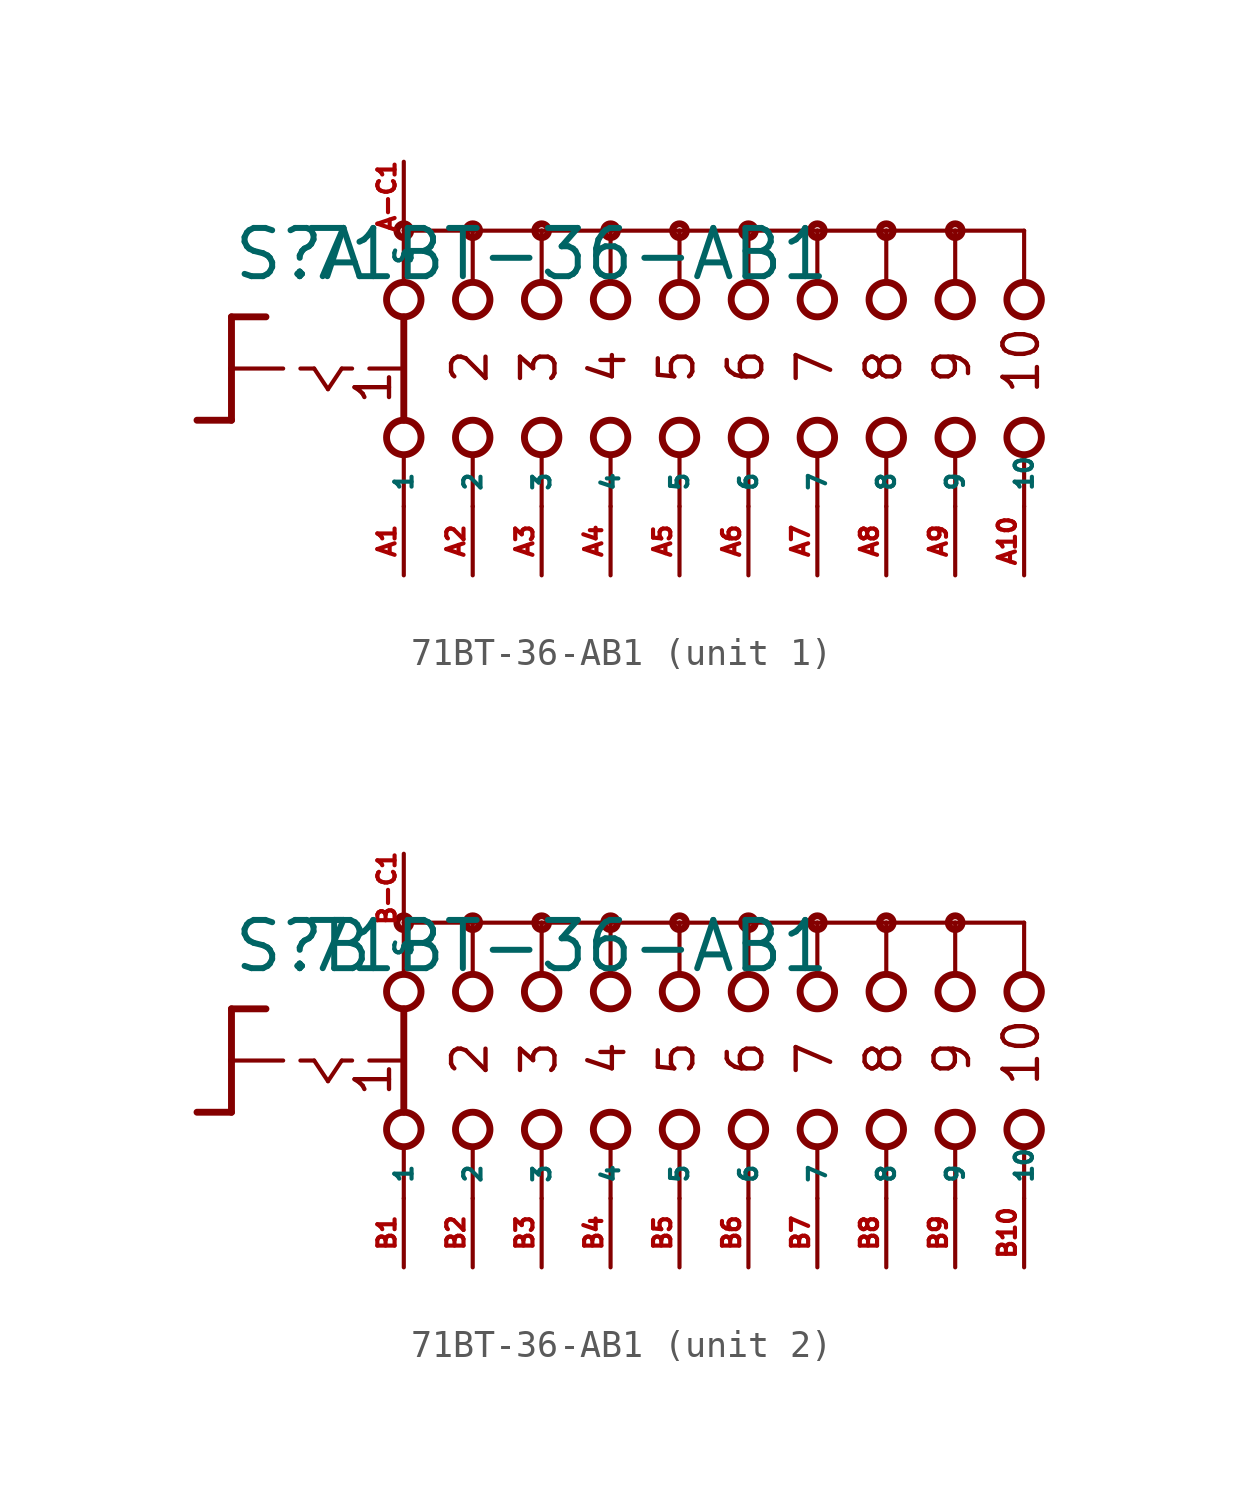
<source format=kicad_sym>
(kicad_symbol_lib
  (version 20220914)
  (generator Eagle2Kicad)
  (symbol "71BT-36-AB1"
    (property "Reference" "S"
      (at -16.51 3.175 0)
      (effects (font (size 1.778 1.778) (thickness 0.22)) (justify left bottom)))
    (property "Value" "71BT-36-AB1"
      (at -13.97 3.175 0)
      (effects (font (size 1.778 1.778) (thickness 0.22)) (justify left bottom)))
    (symbol "71BT-36-AB1_1_0"
      (polyline (pts (xy -16.51 1.905) (xy -15.24 1.905)) (stroke (width 0.254) (type default)) (fill (type none)))
      (polyline (pts (xy -16.51 1.905) (xy -16.51 0)) (stroke (width 0.254) (type default)) (fill (type none)))
      (polyline (pts (xy -16.51 -1.905) (xy -17.78 -1.905)) (stroke (width 0.254) (type default)) (fill (type none)))
      (polyline (pts (xy -16.51 0) (xy -14.605 0)) (stroke (width 0.152) (type default)) (fill (type none)))
      (polyline (pts (xy -16.51 0) (xy -16.51 -1.905)) (stroke (width 0.254) (type default)) (fill (type none)))
      (polyline (pts (xy -13.97 0) (xy -13.462 0)) (stroke (width 0.152) (type default)) (fill (type none)))
      (polyline (pts (xy -12.446 0) (xy -12.065 0)) (stroke (width 0.152) (type default)) (fill (type none)))
      (polyline (pts (xy -11.43 0) (xy -10.287 0)) (stroke (width 0.152) (type default)) (fill (type none)))
      (polyline (pts (xy -13.462 0) (xy -12.954 -0.762)) (stroke (width 0.152) (type default)) (fill (type none)))
      (polyline (pts (xy -12.954 -0.762) (xy -12.446 0)) (stroke (width 0.152) (type default)) (fill (type none)))
      (polyline (pts (xy -7.62 3.175) (xy -7.62 5.08)) (stroke (width 0.152) (type default)) (fill (type none)))
      (polyline (pts (xy -5.08 3.175) (xy -5.08 5.08)) (stroke (width 0.152) (type default)) (fill (type none)))
      (polyline (pts (xy -2.54 3.175) (xy -2.54 5.08)) (stroke (width 0.152) (type default)) (fill (type none)))
      (polyline (pts (xy -7.62 -5.08) (xy -7.62 -3.175)) (stroke (width 0.152) (type default)) (fill (type none)))
      (polyline (pts (xy -5.08 -5.08) (xy -5.08 -3.175)) (stroke (width 0.152) (type default)) (fill (type none)))
      (polyline (pts (xy -2.54 -5.08) (xy -2.54 -3.175)) (stroke (width 0.152) (type default)) (fill (type none)))
      (polyline (pts (xy -5.08 5.08) (xy -7.62 5.08)) (stroke (width 0.152) (type default)) (fill (type none)))
      (polyline (pts (xy -5.08 5.08) (xy -2.54 5.08)) (stroke (width 0.152) (type default)) (fill (type none)))
      (polyline (pts (xy 0 -5.08) (xy 0 -3.175)) (stroke (width 0.152) (type default)) (fill (type none)))
      (polyline (pts (xy 2.54 -5.08) (xy 2.54 -3.175)) (stroke (width 0.152) (type default)) (fill (type none)))
      (polyline (pts (xy 0 3.175) (xy 0 5.08)) (stroke (width 0.152) (type default)) (fill (type none)))
      (polyline (pts (xy 2.54 3.175) (xy 2.54 5.08)) (stroke (width 0.152) (type default)) (fill (type none)))
      (polyline (pts (xy -2.54 5.08) (xy 0 5.08)) (stroke (width 0.152) (type default)) (fill (type none)))
      (polyline (pts (xy 0 5.08) (xy 2.54 5.08)) (stroke (width 0.152) (type default)) (fill (type none)))
      (polyline (pts (xy -10.16 5.08) (xy -10.16 3.175)) (stroke (width 0.152) (type default)) (fill (type none)))
      (polyline (pts (xy -10.16 1.905) (xy -10.16 -1.905)) (stroke (width 0.254) (type default)) (fill (type none)))
      (polyline (pts (xy -10.16 -3.175) (xy -10.16 -5.08)) (stroke (width 0.152) (type default)) (fill (type none)))
      (polyline (pts (xy -7.62 5.08) (xy -10.16 5.08)) (stroke (width 0.152) (type default)) (fill (type none)))
      (polyline (pts (xy 2.54 5.08) (xy 5.08 5.08)) (stroke (width 0.152) (type default)) (fill (type none)))
      (polyline (pts (xy 5.08 3.175) (xy 5.08 5.08)) (stroke (width 0.152) (type default)) (fill (type none)))
      (polyline (pts (xy 5.08 -5.08) (xy 5.08 -3.175)) (stroke (width 0.152) (type default)) (fill (type none)))
      (polyline (pts (xy 7.62 3.175) (xy 7.62 5.08)) (stroke (width 0.152) (type default)) (fill (type none)))
      (polyline (pts (xy 10.16 3.175) (xy 10.16 5.08)) (stroke (width 0.152) (type default)) (fill (type none)))
      (polyline (pts (xy 12.7 3.175) (xy 12.7 5.08)) (stroke (width 0.152) (type default)) (fill (type none)))
      (polyline (pts (xy 5.08 5.08) (xy 7.62 5.08)) (stroke (width 0.152) (type default)) (fill (type none)))
      (polyline (pts (xy 7.62 5.08) (xy 10.16 5.08)) (stroke (width 0.152) (type default)) (fill (type none)))
      (polyline (pts (xy 10.16 5.08) (xy 12.7 5.08)) (stroke (width 0.152) (type default)) (fill (type none)))
      (polyline (pts (xy 7.62 -5.08) (xy 7.62 -3.175)) (stroke (width 0.152) (type default)) (fill (type none)))
      (polyline (pts (xy 10.16 -5.08) (xy 10.16 -3.175)) (stroke (width 0.152) (type default)) (fill (type none)))
      (polyline (pts (xy 12.7 -5.08) (xy 12.7 -3.175)) (stroke (width 0.152) (type default)) (fill (type none)))
      (text "1" (at -10.541 -1.397 900) (effects (font (size 1.27 1.27) (thickness 0.16)) (justify left bottom)))
      (text "2" (at -6.985 -0.635 900) (effects (font (size 1.27 1.27) (thickness 0.16)) (justify left bottom)))
      (text "3" (at -4.445 -0.635 900) (effects (font (size 1.27 1.27) (thickness 0.16)) (justify left bottom)))
      (text "4" (at -1.905 -0.635 900) (effects (font (size 1.27 1.27) (thickness 0.16)) (justify left bottom)))
      (text "5" (at 0.635 -0.635 900) (effects (font (size 1.27 1.27) (thickness 0.16)) (justify left bottom)))
      (text "6" (at 3.175 -0.635 900) (effects (font (size 1.27 1.27) (thickness 0.16)) (justify left bottom)))
      (text "7" (at 5.715 -0.635 900) (effects (font (size 1.27 1.27) (thickness 0.16)) (justify left bottom)))
      (text "8" (at 8.255 -0.635 900) (effects (font (size 1.27 1.27) (thickness 0.16)) (justify left bottom)))
      (text "9" (at 10.795 -0.635 900) (effects (font (size 1.27 1.27) (thickness 0.16)) (justify left bottom)))
      (text "10" (at 13.335 -1.016 900) (effects (font (size 1.27 1.27) (thickness 0.16)) (justify left bottom)))
      (circle (center -5.08 5.08) (radius 0.254) (stroke (width 0.254) (type default)) (fill (type none)))
      (circle (center -2.54 5.08) (radius 0.254) (stroke (width 0.254) (type default)) (fill (type none)))
      (circle (center 2.54 5.08) (radius 0.254) (stroke (width 0.254) (type default)) (fill (type none)))
      (circle (center -10.16 5.08) (radius 0.254) (stroke (width 0.254) (type default)) (fill (type none)))
      (circle (center -7.62 5.08) (radius 0.254) (stroke (width 0.254) (type default)) (fill (type none)))
      (circle (center -10.16 2.54) (radius 0.635) (stroke (width 0.254) (type default)) (fill (type none)))
      (circle (center -7.62 2.54) (radius 0.635) (stroke (width 0.254) (type default)) (fill (type none)))
      (circle (center -5.08 2.54) (radius 0.635) (stroke (width 0.254) (type default)) (fill (type none)))
      (circle (center -10.16 -2.54) (radius 0.635) (stroke (width 0.254) (type default)) (fill (type none)))
      (circle (center -7.62 -2.54) (radius 0.635) (stroke (width 0.254) (type default)) (fill (type none)))
      (circle (center -5.08 -2.54) (radius 0.635) (stroke (width 0.254) (type default)) (fill (type none)))
      (circle (center 0 5.08) (radius 0.254) (stroke (width 0.254) (type default)) (fill (type none)))
      (circle (center -2.54 2.54) (radius 0.635) (stroke (width 0.254) (type default)) (fill (type none)))
      (circle (center 0 2.54) (radius 0.635) (stroke (width 0.254) (type default)) (fill (type none)))
      (circle (center -2.54 -2.54) (radius 0.635) (stroke (width 0.254) (type default)) (fill (type none)))
      (circle (center 0 -2.54) (radius 0.635) (stroke (width 0.254) (type default)) (fill (type none)))
      (circle (center 2.54 2.54) (radius 0.635) (stroke (width 0.254) (type default)) (fill (type none)))
      (circle (center 2.54 -2.54) (radius 0.635) (stroke (width 0.254) (type default)) (fill (type none)))
      (circle (center 5.08 5.08) (radius 0.254) (stroke (width 0.254) (type default)) (fill (type none)))
      (circle (center 5.08 2.54) (radius 0.635) (stroke (width 0.254) (type default)) (fill (type none)))
      (circle (center 5.08 -2.54) (radius 0.635) (stroke (width 0.254) (type default)) (fill (type none)))
      (circle (center 7.62 2.54) (radius 0.635) (stroke (width 0.254) (type default)) (fill (type none)))
      (circle (center 10.16 2.54) (radius 0.635) (stroke (width 0.254) (type default)) (fill (type none)))
      (circle (center 12.7 2.54) (radius 0.635) (stroke (width 0.254) (type default)) (fill (type none)))
      (circle (center 7.62 5.08) (radius 0.254) (stroke (width 0.254) (type default)) (fill (type none)))
      (circle (center 10.16 5.08) (radius 0.254) (stroke (width 0.254) (type default)) (fill (type none)))
      (circle (center 7.62 -2.54) (radius 0.635) (stroke (width 0.254) (type default)) (fill (type none)))
      (circle (center 10.16 -2.54) (radius 0.635) (stroke (width 0.254) (type default)) (fill (type none)))
      (circle (center 12.7 -2.54) (radius 0.635) (stroke (width 0.254) (type default)) (fill (type none)))
      (pin passive line (at -10.16 -7.62 90) (length 2.54) (name "1" (effects (font (size 0.635 0.635) (thickness 0.08)) (justify left bottom))) (number "A1" (effects (font (size 0.635 0.635) (thickness 0.08)) (justify left bottom))))
      (pin passive line (at -10.16 7.62 270) (length 2.54) (name "S" (effects (font (size 0.635 0.635) (thickness 0.08)) (justify left bottom))) (number "A-C1" (effects (font (size 0.635 0.635) (thickness 0.08)) (justify left bottom))))
      (pin passive line (at -7.62 -7.62 90) (length 2.54) (name "2" (effects (font (size 0.635 0.635) (thickness 0.08)) (justify left bottom))) (number "A2" (effects (font (size 0.635 0.635) (thickness 0.08)) (justify left bottom))))
      (pin passive line (at -5.08 -7.62 90) (length 2.54) (name "3" (effects (font (size 0.635 0.635) (thickness 0.08)) (justify left bottom))) (number "A3" (effects (font (size 0.635 0.635) (thickness 0.08)) (justify left bottom))))
      (pin passive line (at -2.54 -7.62 90) (length 2.54) (name "4" (effects (font (size 0.635 0.635) (thickness 0.08)) (justify left bottom))) (number "A4" (effects (font (size 0.635 0.635) (thickness 0.08)) (justify left bottom))))
      (pin passive line (at 0 -7.62 90) (length 2.54) (name "5" (effects (font (size 0.635 0.635) (thickness 0.08)) (justify left bottom))) (number "A5" (effects (font (size 0.635 0.635) (thickness 0.08)) (justify left bottom))))
      (pin passive line (at 2.54 -7.62 90) (length 2.54) (name "6" (effects (font (size 0.635 0.635) (thickness 0.08)) (justify left bottom))) (number "A6" (effects (font (size 0.635 0.635) (thickness 0.08)) (justify left bottom))))
      (pin passive line (at 5.08 -7.62 90) (length 2.54) (name "7" (effects (font (size 0.635 0.635) (thickness 0.08)) (justify left bottom))) (number "A7" (effects (font (size 0.635 0.635) (thickness 0.08)) (justify left bottom))))
      (pin passive line (at 7.62 -7.62 90) (length 2.54) (name "8" (effects (font (size 0.635 0.635) (thickness 0.08)) (justify left bottom))) (number "A8" (effects (font (size 0.635 0.635) (thickness 0.08)) (justify left bottom))))
      (pin passive line (at 10.16 -7.62 90) (length 2.54) (name "9" (effects (font (size 0.635 0.635) (thickness 0.08)) (justify left bottom))) (number "A9" (effects (font (size 0.635 0.635) (thickness 0.08)) (justify left bottom))))
      (pin passive line (at 12.7 -7.62 90) (length 2.54) (name "10" (effects (font (size 0.635 0.635) (thickness 0.08)) (justify left bottom))) (number "A10" (effects (font (size 0.635 0.635) (thickness 0.08)) (justify left bottom)))))
    (symbol "71BT-36-AB1_2_0"
      (polyline (pts (xy -16.51 1.905) (xy -15.24 1.905)) (stroke (width 0.254) (type default)) (fill (type none)))
      (polyline (pts (xy -16.51 1.905) (xy -16.51 0)) (stroke (width 0.254) (type default)) (fill (type none)))
      (polyline (pts (xy -16.51 -1.905) (xy -17.78 -1.905)) (stroke (width 0.254) (type default)) (fill (type none)))
      (polyline (pts (xy -16.51 0) (xy -14.605 0)) (stroke (width 0.152) (type default)) (fill (type none)))
      (polyline (pts (xy -16.51 0) (xy -16.51 -1.905)) (stroke (width 0.254) (type default)) (fill (type none)))
      (polyline (pts (xy -13.97 0) (xy -13.462 0)) (stroke (width 0.152) (type default)) (fill (type none)))
      (polyline (pts (xy -12.446 0) (xy -12.065 0)) (stroke (width 0.152) (type default)) (fill (type none)))
      (polyline (pts (xy -11.43 0) (xy -10.287 0)) (stroke (width 0.152) (type default)) (fill (type none)))
      (polyline (pts (xy -13.462 0) (xy -12.954 -0.762)) (stroke (width 0.152) (type default)) (fill (type none)))
      (polyline (pts (xy -12.954 -0.762) (xy -12.446 0)) (stroke (width 0.152) (type default)) (fill (type none)))
      (polyline (pts (xy -7.62 3.175) (xy -7.62 5.08)) (stroke (width 0.152) (type default)) (fill (type none)))
      (polyline (pts (xy -5.08 3.175) (xy -5.08 5.08)) (stroke (width 0.152) (type default)) (fill (type none)))
      (polyline (pts (xy -2.54 3.175) (xy -2.54 5.08)) (stroke (width 0.152) (type default)) (fill (type none)))
      (polyline (pts (xy -7.62 -5.08) (xy -7.62 -3.175)) (stroke (width 0.152) (type default)) (fill (type none)))
      (polyline (pts (xy -5.08 -5.08) (xy -5.08 -3.175)) (stroke (width 0.152) (type default)) (fill (type none)))
      (polyline (pts (xy -2.54 -5.08) (xy -2.54 -3.175)) (stroke (width 0.152) (type default)) (fill (type none)))
      (polyline (pts (xy -5.08 5.08) (xy -7.62 5.08)) (stroke (width 0.152) (type default)) (fill (type none)))
      (polyline (pts (xy -5.08 5.08) (xy -2.54 5.08)) (stroke (width 0.152) (type default)) (fill (type none)))
      (polyline (pts (xy 0 -5.08) (xy 0 -3.175)) (stroke (width 0.152) (type default)) (fill (type none)))
      (polyline (pts (xy 2.54 -5.08) (xy 2.54 -3.175)) (stroke (width 0.152) (type default)) (fill (type none)))
      (polyline (pts (xy 0 3.175) (xy 0 5.08)) (stroke (width 0.152) (type default)) (fill (type none)))
      (polyline (pts (xy 2.54 3.175) (xy 2.54 5.08)) (stroke (width 0.152) (type default)) (fill (type none)))
      (polyline (pts (xy -2.54 5.08) (xy 0 5.08)) (stroke (width 0.152) (type default)) (fill (type none)))
      (polyline (pts (xy 0 5.08) (xy 2.54 5.08)) (stroke (width 0.152) (type default)) (fill (type none)))
      (polyline (pts (xy -10.16 5.08) (xy -10.16 3.175)) (stroke (width 0.152) (type default)) (fill (type none)))
      (polyline (pts (xy -10.16 1.905) (xy -10.16 -1.905)) (stroke (width 0.254) (type default)) (fill (type none)))
      (polyline (pts (xy -10.16 -3.175) (xy -10.16 -5.08)) (stroke (width 0.152) (type default)) (fill (type none)))
      (polyline (pts (xy -7.62 5.08) (xy -10.16 5.08)) (stroke (width 0.152) (type default)) (fill (type none)))
      (polyline (pts (xy 2.54 5.08) (xy 5.08 5.08)) (stroke (width 0.152) (type default)) (fill (type none)))
      (polyline (pts (xy 5.08 3.175) (xy 5.08 5.08)) (stroke (width 0.152) (type default)) (fill (type none)))
      (polyline (pts (xy 5.08 -5.08) (xy 5.08 -3.175)) (stroke (width 0.152) (type default)) (fill (type none)))
      (polyline (pts (xy 7.62 3.175) (xy 7.62 5.08)) (stroke (width 0.152) (type default)) (fill (type none)))
      (polyline (pts (xy 10.16 3.175) (xy 10.16 5.08)) (stroke (width 0.152) (type default)) (fill (type none)))
      (polyline (pts (xy 12.7 3.175) (xy 12.7 5.08)) (stroke (width 0.152) (type default)) (fill (type none)))
      (polyline (pts (xy 5.08 5.08) (xy 7.62 5.08)) (stroke (width 0.152) (type default)) (fill (type none)))
      (polyline (pts (xy 7.62 5.08) (xy 10.16 5.08)) (stroke (width 0.152) (type default)) (fill (type none)))
      (polyline (pts (xy 10.16 5.08) (xy 12.7 5.08)) (stroke (width 0.152) (type default)) (fill (type none)))
      (polyline (pts (xy 7.62 -5.08) (xy 7.62 -3.175)) (stroke (width 0.152) (type default)) (fill (type none)))
      (polyline (pts (xy 10.16 -5.08) (xy 10.16 -3.175)) (stroke (width 0.152) (type default)) (fill (type none)))
      (polyline (pts (xy 12.7 -5.08) (xy 12.7 -3.175)) (stroke (width 0.152) (type default)) (fill (type none)))
      (text "1" (at -10.541 -1.397 900) (effects (font (size 1.27 1.27) (thickness 0.16)) (justify left bottom)))
      (text "2" (at -6.985 -0.635 900) (effects (font (size 1.27 1.27) (thickness 0.16)) (justify left bottom)))
      (text "3" (at -4.445 -0.635 900) (effects (font (size 1.27 1.27) (thickness 0.16)) (justify left bottom)))
      (text "4" (at -1.905 -0.635 900) (effects (font (size 1.27 1.27) (thickness 0.16)) (justify left bottom)))
      (text "5" (at 0.635 -0.635 900) (effects (font (size 1.27 1.27) (thickness 0.16)) (justify left bottom)))
      (text "6" (at 3.175 -0.635 900) (effects (font (size 1.27 1.27) (thickness 0.16)) (justify left bottom)))
      (text "7" (at 5.715 -0.635 900) (effects (font (size 1.27 1.27) (thickness 0.16)) (justify left bottom)))
      (text "8" (at 8.255 -0.635 900) (effects (font (size 1.27 1.27) (thickness 0.16)) (justify left bottom)))
      (text "9" (at 10.795 -0.635 900) (effects (font (size 1.27 1.27) (thickness 0.16)) (justify left bottom)))
      (text "10" (at 13.335 -1.016 900) (effects (font (size 1.27 1.27) (thickness 0.16)) (justify left bottom)))
      (circle (center -5.08 5.08) (radius 0.254) (stroke (width 0.254) (type default)) (fill (type none)))
      (circle (center -2.54 5.08) (radius 0.254) (stroke (width 0.254) (type default)) (fill (type none)))
      (circle (center 2.54 5.08) (radius 0.254) (stroke (width 0.254) (type default)) (fill (type none)))
      (circle (center -10.16 5.08) (radius 0.254) (stroke (width 0.254) (type default)) (fill (type none)))
      (circle (center -7.62 5.08) (radius 0.254) (stroke (width 0.254) (type default)) (fill (type none)))
      (circle (center -10.16 2.54) (radius 0.635) (stroke (width 0.254) (type default)) (fill (type none)))
      (circle (center -7.62 2.54) (radius 0.635) (stroke (width 0.254) (type default)) (fill (type none)))
      (circle (center -5.08 2.54) (radius 0.635) (stroke (width 0.254) (type default)) (fill (type none)))
      (circle (center -10.16 -2.54) (radius 0.635) (stroke (width 0.254) (type default)) (fill (type none)))
      (circle (center -7.62 -2.54) (radius 0.635) (stroke (width 0.254) (type default)) (fill (type none)))
      (circle (center -5.08 -2.54) (radius 0.635) (stroke (width 0.254) (type default)) (fill (type none)))
      (circle (center 0 5.08) (radius 0.254) (stroke (width 0.254) (type default)) (fill (type none)))
      (circle (center -2.54 2.54) (radius 0.635) (stroke (width 0.254) (type default)) (fill (type none)))
      (circle (center 0 2.54) (radius 0.635) (stroke (width 0.254) (type default)) (fill (type none)))
      (circle (center -2.54 -2.54) (radius 0.635) (stroke (width 0.254) (type default)) (fill (type none)))
      (circle (center 0 -2.54) (radius 0.635) (stroke (width 0.254) (type default)) (fill (type none)))
      (circle (center 2.54 2.54) (radius 0.635) (stroke (width 0.254) (type default)) (fill (type none)))
      (circle (center 2.54 -2.54) (radius 0.635) (stroke (width 0.254) (type default)) (fill (type none)))
      (circle (center 5.08 5.08) (radius 0.254) (stroke (width 0.254) (type default)) (fill (type none)))
      (circle (center 5.08 2.54) (radius 0.635) (stroke (width 0.254) (type default)) (fill (type none)))
      (circle (center 5.08 -2.54) (radius 0.635) (stroke (width 0.254) (type default)) (fill (type none)))
      (circle (center 7.62 2.54) (radius 0.635) (stroke (width 0.254) (type default)) (fill (type none)))
      (circle (center 10.16 2.54) (radius 0.635) (stroke (width 0.254) (type default)) (fill (type none)))
      (circle (center 12.7 2.54) (radius 0.635) (stroke (width 0.254) (type default)) (fill (type none)))
      (circle (center 7.62 5.08) (radius 0.254) (stroke (width 0.254) (type default)) (fill (type none)))
      (circle (center 10.16 5.08) (radius 0.254) (stroke (width 0.254) (type default)) (fill (type none)))
      (circle (center 7.62 -2.54) (radius 0.635) (stroke (width 0.254) (type default)) (fill (type none)))
      (circle (center 10.16 -2.54) (radius 0.635) (stroke (width 0.254) (type default)) (fill (type none)))
      (circle (center 12.7 -2.54) (radius 0.635) (stroke (width 0.254) (type default)) (fill (type none)))
      (pin passive line (at -10.16 -7.62 90) (length 2.54) (name "1" (effects (font (size 0.635 0.635) (thickness 0.08)) (justify left bottom))) (number "B1" (effects (font (size 0.635 0.635) (thickness 0.08)) (justify left bottom))))
      (pin passive line (at -10.16 7.62 270) (length 2.54) (name "S" (effects (font (size 0.635 0.635) (thickness 0.08)) (justify left bottom))) (number "B-C1" (effects (font (size 0.635 0.635) (thickness 0.08)) (justify left bottom))))
      (pin passive line (at -7.62 -7.62 90) (length 2.54) (name "2" (effects (font (size 0.635 0.635) (thickness 0.08)) (justify left bottom))) (number "B2" (effects (font (size 0.635 0.635) (thickness 0.08)) (justify left bottom))))
      (pin passive line (at -5.08 -7.62 90) (length 2.54) (name "3" (effects (font (size 0.635 0.635) (thickness 0.08)) (justify left bottom))) (number "B3" (effects (font (size 0.635 0.635) (thickness 0.08)) (justify left bottom))))
      (pin passive line (at -2.54 -7.62 90) (length 2.54) (name "4" (effects (font (size 0.635 0.635) (thickness 0.08)) (justify left bottom))) (number "B4" (effects (font (size 0.635 0.635) (thickness 0.08)) (justify left bottom))))
      (pin passive line (at 0 -7.62 90) (length 2.54) (name "5" (effects (font (size 0.635 0.635) (thickness 0.08)) (justify left bottom))) (number "B5" (effects (font (size 0.635 0.635) (thickness 0.08)) (justify left bottom))))
      (pin passive line (at 2.54 -7.62 90) (length 2.54) (name "6" (effects (font (size 0.635 0.635) (thickness 0.08)) (justify left bottom))) (number "B6" (effects (font (size 0.635 0.635) (thickness 0.08)) (justify left bottom))))
      (pin passive line (at 5.08 -7.62 90) (length 2.54) (name "7" (effects (font (size 0.635 0.635) (thickness 0.08)) (justify left bottom))) (number "B7" (effects (font (size 0.635 0.635) (thickness 0.08)) (justify left bottom))))
      (pin passive line (at 7.62 -7.62 90) (length 2.54) (name "8" (effects (font (size 0.635 0.635) (thickness 0.08)) (justify left bottom))) (number "B8" (effects (font (size 0.635 0.635) (thickness 0.08)) (justify left bottom))))
      (pin passive line (at 10.16 -7.62 90) (length 2.54) (name "9" (effects (font (size 0.635 0.635) (thickness 0.08)) (justify left bottom))) (number "B9" (effects (font (size 0.635 0.635) (thickness 0.08)) (justify left bottom))))
      (pin passive line (at 12.7 -7.62 90) (length 2.54) (name "10" (effects (font (size 0.635 0.635) (thickness 0.08)) (justify left bottom))) (number "B10" (effects (font (size 0.635 0.635) (thickness 0.08)) (justify left bottom)))))))
</source>
